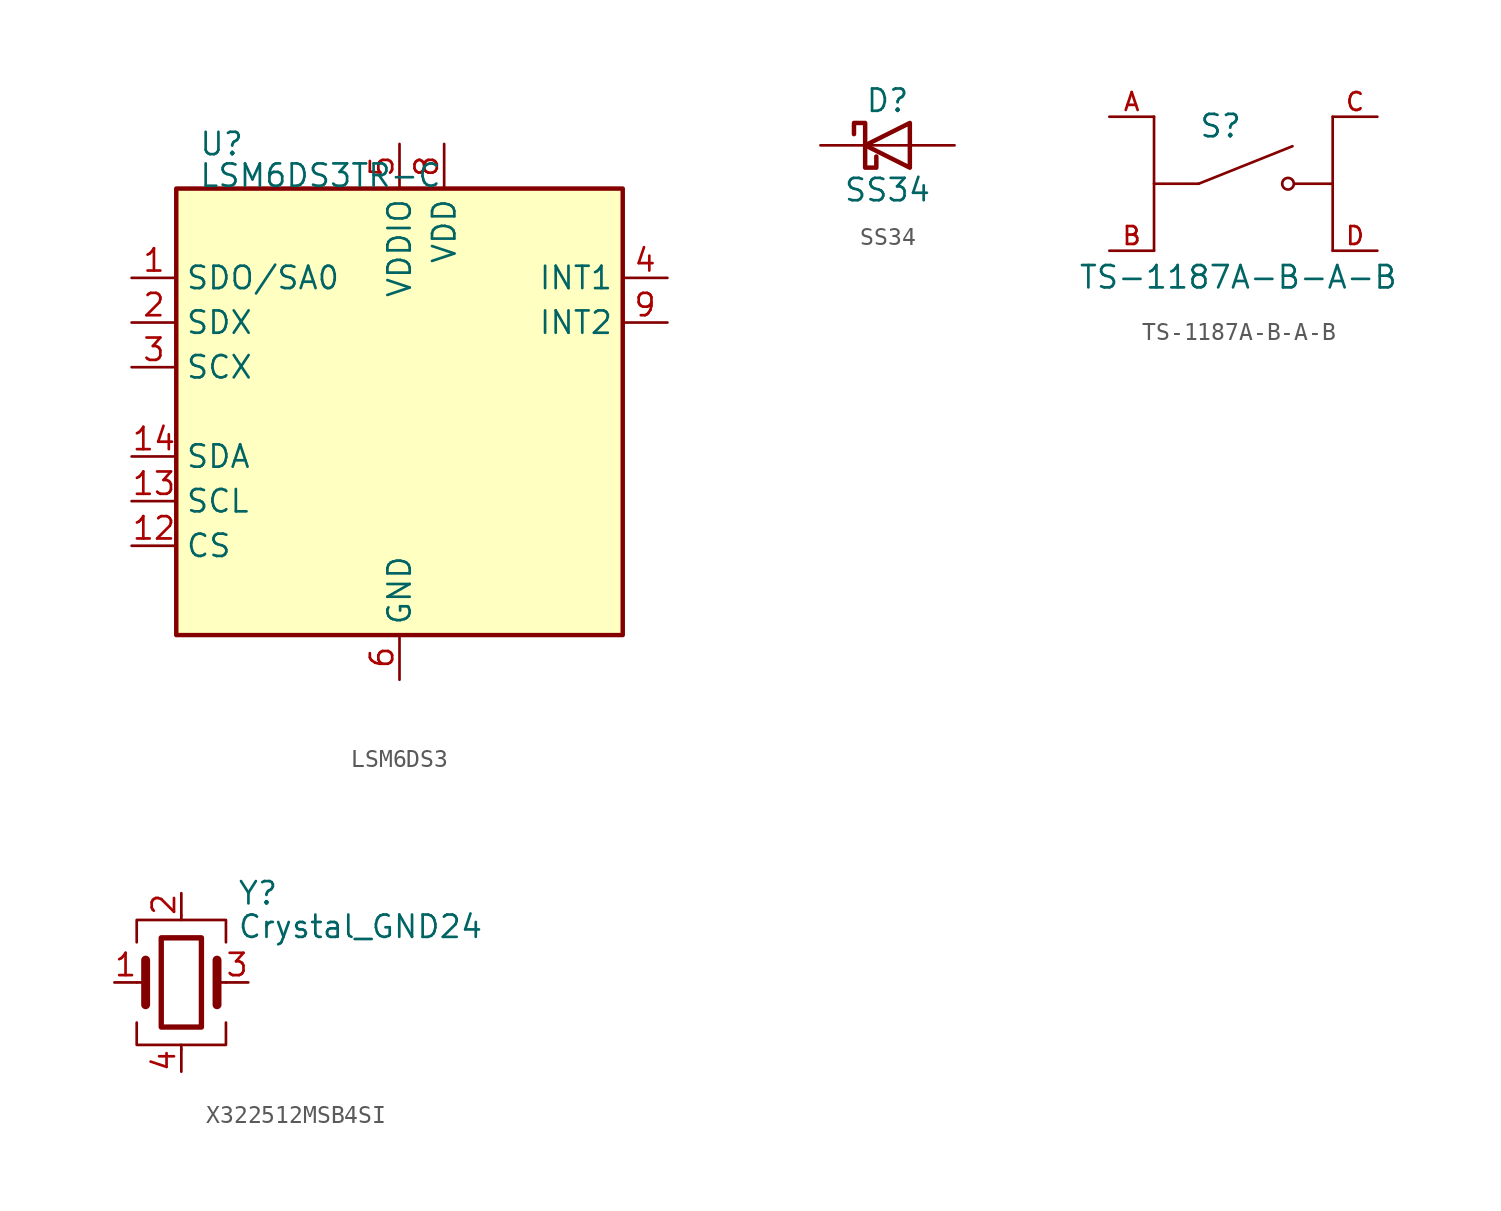
<source format=kicad_sym>
(kicad_symbol_lib
  (version 20231120)
  (generator "kicad_symbol_editor")
  (generator_version "8.0")
  (symbol "LSM6DS3"
    (property "Reference" "U"
      (at -11.43 15.24 0)
      (effects (font (size 1.27 1.27)) (justify left)))
    (property "Value" "LSM6DS3TR-C"
      (at -11.43 12.7 0)
      (effects (font (size 1.27 1.27)) (justify left bottom)))
    (symbol "LSM6DS3_0_1"
      (rectangle (start -12.7 12.7) (end 12.7 -12.7) (stroke (width 0.254) (type default)) (fill (type background))))
    (symbol "LSM6DS3_1_1"
      (pin bidirectional line (at -15.24 7.62 0) (length 2.54) (name "SDO/SA0" (effects (font (size 1.27 1.27)))) (number "1" (effects (font (size 1.27 1.27)))))
      (pin no_connect line (at 12.7 -5.08 180) (length 3.81) hide (name "NC" (effects (font (size 1.27 1.27)))) (number "10" (effects (font (size 1.27 1.27)))))
      (pin no_connect line (at 12.7 -2.54 180) (length 3.81) hide (name "NC" (effects (font (size 1.27 1.27)))) (number "11" (effects (font (size 1.27 1.27)))))
      (pin input line (at -15.24 -7.62 0) (length 2.54) (name "CS" (effects (font (size 1.27 1.27)))) (number "12" (effects (font (size 1.27 1.27)))))
      (pin input line (at -15.24 -5.08 0) (length 2.54) (name "SCL" (effects (font (size 1.27 1.27)))) (number "13" (effects (font (size 1.27 1.27)))))
      (pin bidirectional line (at -15.24 -2.54 0) (length 2.54) (name "SDA" (effects (font (size 1.27 1.27)))) (number "14" (effects (font (size 1.27 1.27)))))
      (pin bidirectional line (at -15.24 5.08 0) (length 2.54) (name "SDX" (effects (font (size 1.27 1.27)))) (number "2" (effects (font (size 1.27 1.27)))))
      (pin input line (at -15.24 2.54 0) (length 2.54) (name "SCX" (effects (font (size 1.27 1.27)))) (number "3" (effects (font (size 1.27 1.27)))))
      (pin output line (at 15.24 7.62 180) (length 2.54) (name "INT1" (effects (font (size 1.27 1.27)))) (number "4" (effects (font (size 1.27 1.27)))))
      (pin power_in line (at 0 15.24 270) (length 2.54) (name "VDDIO" (effects (font (size 1.27 1.27)))) (number "5" (effects (font (size 1.27 1.27)))))
      (pin power_in line (at 0 -15.24 90) (length 2.54) (name "GND" (effects (font (size 1.27 1.27)))) (number "6" (effects (font (size 1.27 1.27)))))
      (pin passive line (at 0 -15.24 90) (length 2.54) hide (name "GND" (effects (font (size 1.27 1.27)))) (number "7" (effects (font (size 1.27 1.27)))))
      (pin power_in line (at 2.54 15.24 270) (length 2.54) (name "VDD" (effects (font (size 1.27 1.27)))) (number "8" (effects (font (size 1.27 1.27)))))
      (pin output line (at 15.24 5.08 180) (length 2.54) (name "INT2" (effects (font (size 1.27 1.27)))) (number "9" (effects (font (size 1.27 1.27)))))))
  (symbol "SS34"
    (pin_numbers hide)
    (pin_names
      (offset 1.016) hide)
    (property "Reference" "D"
      (at 0 2.54 0)
      (effects (font (size 1.27 1.27))))
    (property "Value" "SS34"
      (at 0 -2.54 0)
      (effects (font (size 1.27 1.27))))
    (symbol "SS34_0_1"
      (polyline (pts (xy 1.27 0) (xy -1.27 0)) (stroke (width 0) (type default)) (fill (type none)))
      (polyline (pts (xy 1.27 1.27) (xy 1.27 -1.27) (xy -1.27 0) (xy 1.27 1.27)) (stroke (width 0.254) (type default)) (fill (type none)))
      (polyline (pts (xy -1.905 0.635) (xy -1.905 1.27) (xy -1.27 1.27) (xy -1.27 -1.27) (xy -0.635 -1.27) (xy -0.635 -0.635)) (stroke (width 0.254) (type default)) (fill (type none))))
    (symbol "SS34_1_1"
      (pin passive line (at -3.81 0 0) (length 2.54) (name "K" (effects (font (size 1.27 1.27)))) (number "1" (effects (font (size 1.27 1.27)))))
      (pin passive line (at 3.81 0 180) (length 2.54) (name "A" (effects (font (size 1.27 1.27)))) (number "2" (effects (font (size 1.27 1.27)))))))
  (symbol "TS-1187A-B-A-B"
    (pin_names
      (offset 1.016))
    (property "Reference" "S"
      (at -2.54 2.54 0)
      (effects (font (size 1.27 1.27)) (justify left bottom)))
    (property "Value" "TS-1187A-B-A-B"
      (at -9.398 -4.572 0)
      (effects (font (size 1.27 1.27)) (justify left top)))
    (symbol "TS-1187A-B-A-B_0_0"
      (polyline (pts (xy -2.54 0) (xy -5.08 0)) (stroke (width 0.152) (type default)) (fill (type none)))
      (polyline (pts (xy -2.54 0) (xy 2.794 2.134)) (stroke (width 0.152) (type default)) (fill (type none)))
      (polyline (pts (xy 5.08 0) (xy 2.921 0)) (stroke (width 0.152) (type default)) (fill (type none)))
      (circle (center 2.54 0) (radius 0.33) (stroke (width 0.152) (type default)) (fill (type none)))
      (pin passive line (at -7.62 3.81 0) (length 2.54) (name "~" (effects (font (size 1.016 1.016)))) (number "A" (effects (font (size 1.016 1.016)))))
      (pin passive line (at -7.62 -3.81 0) (length 2.54) (name "~" (effects (font (size 1.016 1.016)))) (number "B" (effects (font (size 1.016 1.016)))))
      (pin passive line (at 7.62 3.81 180) (length 2.54) (name "~" (effects (font (size 1.016 1.016)))) (number "C" (effects (font (size 1.016 1.016)))))
      (pin passive line (at 7.62 -3.81 180) (length 2.54) (name "~" (effects (font (size 1.016 1.016)))) (number "D" (effects (font (size 1.016 1.016))))))
    (symbol "TS-1187A-B-A-B_0_1"
      (polyline (pts (xy -5.08 -3.81) (xy -5.08 3.81)) (stroke (width 0) (type default)) (fill (type none)))
      (polyline (pts (xy 5.08 -3.81) (xy 5.08 3.81)) (stroke (width 0) (type default)) (fill (type none)))))
  (symbol "X322512MSB4SI"
    (pin_names
      (offset 1.016) hide)
    (property "Reference" "Y"
      (at 3.175 5.08 0)
      (effects (font (size 1.27 1.27)) (justify left)))
    (property "Value" "Crystal_GND24"
      (at 3.175 3.175 0)
      (effects (font (size 1.27 1.27)) (justify left)))
    (symbol "X322512MSB4SI_0_1"
      (rectangle (start -1.143 2.54) (end 1.143 -2.54) (stroke (width 0.305) (type default)) (fill (type none)))
      (polyline (pts (xy -2.54 0) (xy -2.032 0)) (stroke (width 0) (type default)) (fill (type none)))
      (polyline (pts (xy -2.032 -1.27) (xy -2.032 1.27)) (stroke (width 0.508) (type default)) (fill (type none)))
      (polyline (pts (xy 0 -3.81) (xy 0 -3.556)) (stroke (width 0) (type default)) (fill (type none)))
      (polyline (pts (xy 0 3.556) (xy 0 3.81)) (stroke (width 0) (type default)) (fill (type none)))
      (polyline (pts (xy 2.032 -1.27) (xy 2.032 1.27)) (stroke (width 0.508) (type default)) (fill (type none)))
      (polyline (pts (xy 2.032 0) (xy 2.54 0)) (stroke (width 0) (type default)) (fill (type none)))
      (polyline (pts (xy -2.54 -2.286) (xy -2.54 -3.556) (xy 2.54 -3.556) (xy 2.54 -2.286)) (stroke (width 0) (type default)) (fill (type none)))
      (polyline (pts (xy -2.54 2.286) (xy -2.54 3.556) (xy 2.54 3.556) (xy 2.54 2.286)) (stroke (width 0) (type default)) (fill (type none))))
    (symbol "X322512MSB4SI_1_1"
      (pin passive line (at -3.81 0 0) (length 1.27) (name "1" (effects (font (size 1.27 1.27)))) (number "1" (effects (font (size 1.27 1.27)))))
      (pin passive line (at 0 5.08 270) (length 1.27) (name "2" (effects (font (size 1.27 1.27)))) (number "2" (effects (font (size 1.27 1.27)))))
      (pin passive line (at 3.81 0 180) (length 1.27) (name "3" (effects (font (size 1.27 1.27)))) (number "3" (effects (font (size 1.27 1.27)))))
      (pin passive line (at 0 -5.08 90) (length 1.27) (name "4" (effects (font (size 1.27 1.27)))) (number "4" (effects (font (size 1.27 1.27))))))))
</source>
